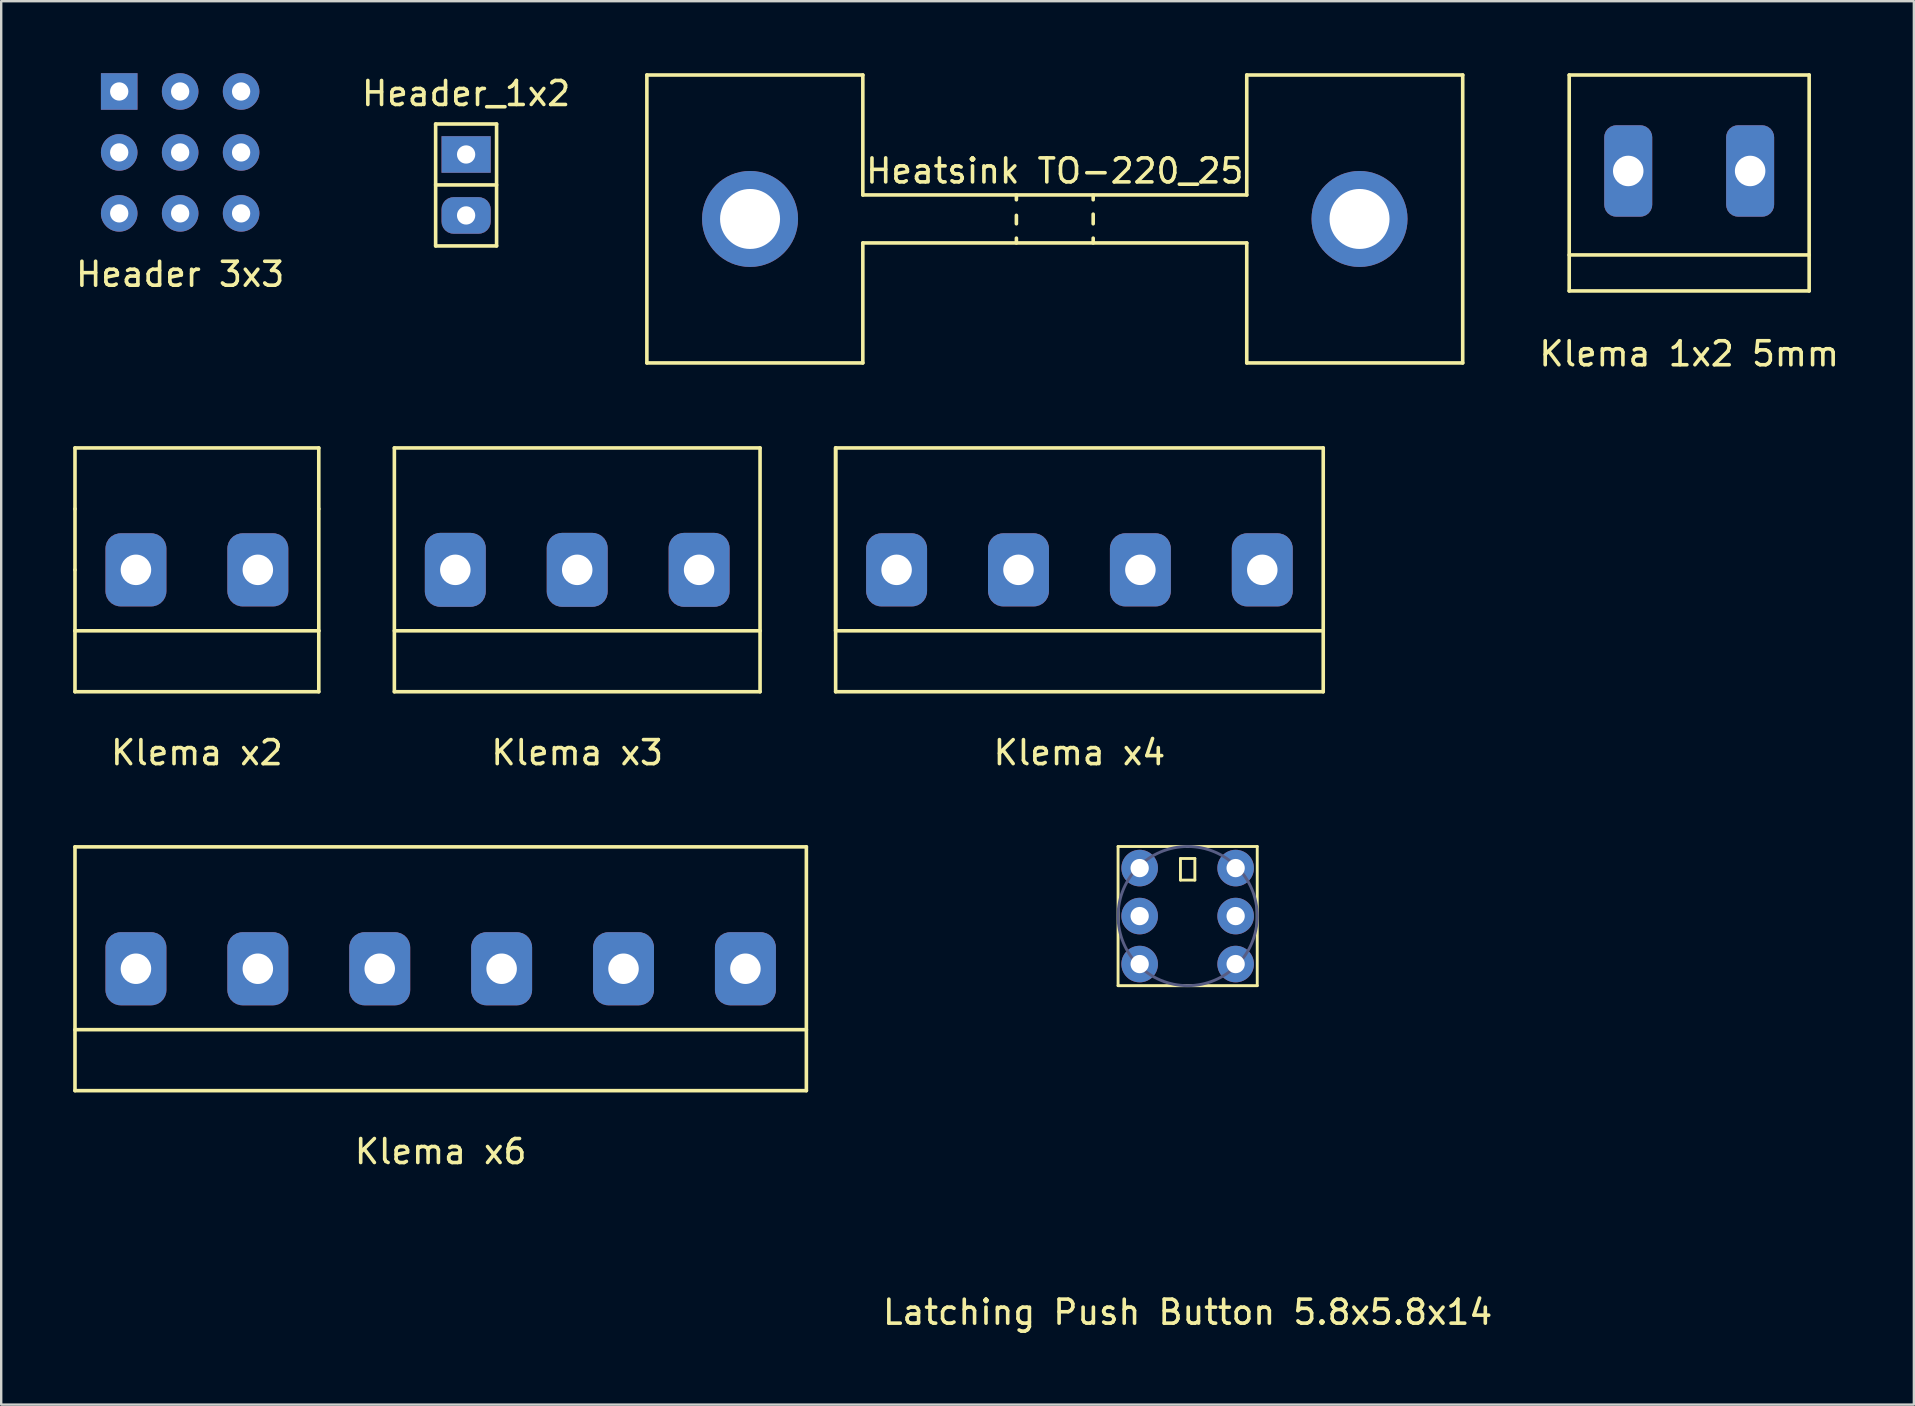
<source format=kicad_pcb>
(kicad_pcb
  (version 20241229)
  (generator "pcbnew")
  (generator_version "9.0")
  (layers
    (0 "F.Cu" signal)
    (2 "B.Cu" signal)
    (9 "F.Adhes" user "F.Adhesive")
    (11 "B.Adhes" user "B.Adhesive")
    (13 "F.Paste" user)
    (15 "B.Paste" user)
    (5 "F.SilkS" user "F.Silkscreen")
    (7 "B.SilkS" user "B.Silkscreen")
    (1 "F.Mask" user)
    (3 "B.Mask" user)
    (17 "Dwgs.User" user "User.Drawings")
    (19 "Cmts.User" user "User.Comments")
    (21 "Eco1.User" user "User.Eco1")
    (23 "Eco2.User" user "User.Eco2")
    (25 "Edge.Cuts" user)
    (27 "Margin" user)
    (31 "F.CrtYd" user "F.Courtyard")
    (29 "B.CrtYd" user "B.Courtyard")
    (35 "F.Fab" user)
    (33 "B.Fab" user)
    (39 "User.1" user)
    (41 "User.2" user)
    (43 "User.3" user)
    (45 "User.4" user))
  (footprint "Klema x2"
    (layer "F.Cu")
    (at 5.155 20.698)
    (property "Reference" "Klema x2" (at 0 7.62 0) (layer "F.SilkS") (effects (font (size 1 1) (thickness 0.15))))
    (attr through_hole)
    (fp_line (start -5.08 -5.08) (end 5.08 -5.08) (stroke (width 0.15) (type solid)) (layer "F.SilkS"))
    (fp_line (start -5.08 -2.54) (end -5.08 -5.08) (stroke (width 0.15) (type solid)) (layer "F.SilkS"))
    (fp_line (start -5.08 0) (end -5.08 -2.54) (stroke (width 0.15) (type solid)) (layer "F.SilkS"))
    (fp_line (start -5.08 2.54) (end -5.08 0) (stroke (width 0.15) (type solid)) (layer "F.SilkS"))
    (fp_line (start -5.08 2.54) (end -5.08 5.08) (stroke (width 0.15) (type solid)) (layer "F.SilkS"))
    (fp_line (start -5.08 2.54) (end 5.08 2.54) (stroke (width 0.15) (type solid)) (layer "F.SilkS"))
    (fp_line (start -5.08 5.08) (end 5.08 5.08) (stroke (width 0.15) (type solid)) (layer "F.SilkS"))
    (fp_line (start 5.08 -5.08) (end 5.08 -2.54) (stroke (width 0.15) (type solid)) (layer "F.SilkS"))
    (fp_line (start 5.08 -2.54) (end 5.08 2.54) (stroke (width 0.15) (type solid)) (layer "F.SilkS"))
    (fp_line (start 5.08 5.08) (end 5.08 2.54) (stroke (width 0.15) (type solid)) (layer "F.SilkS"))
    (pad "1" thru_hole roundrect (at -2.54 0) (size 2.54 3.048) (drill 1.27) (layers "*.Cu" "*.Mask") (roundrect_rratio 0.25))
    (pad "2" thru_hole roundrect (at 2.54 0) (size 2.54 3.048) (drill 1.27) (layers "*.Cu" "*.Mask") (roundrect_rratio 0.25)))
  (footprint "Klema x6"
    (layer "F.Cu")
    (at 15.315 37.322)
    (property "Reference" "Klema x6" (at 0 7.62 0) (layer "F.SilkS") (effects (font (size 1 1) (thickness 0.15))))
    (attr through_hole)
    (fp_line (start -15.24 -5.08) (end 15.24 -5.08) (stroke (width 0.15) (type solid)) (layer "F.SilkS"))
    (fp_line (start -15.24 2.54) (end 15.24 2.54) (stroke (width 0.15) (type solid)) (layer "F.SilkS"))
    (fp_line (start -15.24 5.08) (end -15.24 -5.08) (stroke (width 0.15) (type solid)) (layer "F.SilkS"))
    (fp_line (start 15.24 -5.08) (end 15.24 5.08) (stroke (width 0.15) (type solid)) (layer "F.SilkS"))
    (fp_line (start 15.24 5.08) (end -15.24 5.08) (stroke (width 0.15) (type solid)) (layer "F.SilkS"))
    (pad "1" thru_hole roundrect (at -12.7 0) (size 2.54 3.048) (drill 1.27) (layers "*.Cu" "*.Mask") (roundrect_rratio 0.25))
    (pad "2" thru_hole roundrect (at -7.62 0) (size 2.54 3.048) (drill 1.27) (layers "*.Cu" "*.Mask") (roundrect_rratio 0.25))
    (pad "3" thru_hole roundrect (at -2.54 0) (size 2.54 3.048) (drill 1.27) (layers "*.Cu" "*.Mask") (roundrect_rratio 0.25))
    (pad "4" thru_hole roundrect (at 2.54 0) (size 2.54 3.048) (drill 1.27) (layers "*.Cu" "*.Mask") (roundrect_rratio 0.25))
    (pad "5" thru_hole roundrect (at 7.62 0) (size 2.54 3.048) (drill 1.27) (layers "*.Cu" "*.Mask") (roundrect_rratio 0.25))
    (pad "6" thru_hole roundrect (at 12.7 0) (size 2.54 3.048) (drill 1.27) (layers "*.Cu" "*.Mask") (roundrect_rratio 0.25)))
  (footprint "Klema x4"
    (layer "F.Cu")
    (at 41.935 20.698)
    (property "Reference" "Klema x4" (at 0 7.62 0) (layer "F.SilkS") (effects (font (size 1 1) (thickness 0.15))))
    (attr through_hole)
    (fp_line (start -10.16 -5.08) (end -10.16 2.54) (stroke (width 0.15) (type solid)) (layer "F.SilkS"))
    (fp_line (start -10.16 -5.08) (end 10.16 -5.08) (stroke (width 0.15) (type solid)) (layer "F.SilkS"))
    (fp_line (start -10.16 2.54) (end 10.16 2.54) (stroke (width 0.15) (type solid)) (layer "F.SilkS"))
    (fp_line (start -10.16 5.08) (end -10.16 -5.08) (stroke (width 0.15) (type solid)) (layer "F.SilkS"))
    (fp_line (start 10.16 -5.08) (end 10.16 5.08) (stroke (width 0.15) (type solid)) (layer "F.SilkS"))
    (fp_line (start 10.16 5.08) (end -10.16 5.08) (stroke (width 0.15) (type solid)) (layer "F.SilkS"))
    (pad "1" thru_hole roundrect (at -7.62 0) (size 2.54 3.048) (drill 1.27) (layers "*.Cu" "*.Mask") (roundrect_rratio 0.25))
    (pad "2" thru_hole roundrect (at -2.54 0) (size 2.54 3.048) (drill 1.27) (layers "*.Cu" "*.Mask") (roundrect_rratio 0.25))
    (pad "3" thru_hole roundrect (at 2.54 0) (size 2.54 3.048) (drill 1.27) (layers "*.Cu" "*.Mask") (roundrect_rratio 0.25))
    (pad "4" thru_hole roundrect (at 7.62 0) (size 2.54 3.048) (drill 1.27) (layers "*.Cu" "*.Mask") (roundrect_rratio 0.25)))
  (footprint "Klema x3"
    (layer "F.Cu")
    (at 21.005 20.698)
    (property "Reference" "Klema x3" (at 0 7.62 0) (layer "F.SilkS") (effects (font (size 1 1) (thickness 0.15))))
    (attr through_hole)
    (fp_line (start -7.62 -5.08) (end -7.62 5.08) (stroke (width 0.15) (type solid)) (layer "F.SilkS"))
    (fp_line (start -7.62 2.54) (end 7.62 2.54) (stroke (width 0.15) (type solid)) (layer "F.SilkS"))
    (fp_line (start -7.62 5.08) (end 7.62 5.08) (stroke (width 0.15) (type solid)) (layer "F.SilkS"))
    (fp_line (start 7.62 -5.08) (end -7.62 -5.08) (stroke (width 0.15) (type solid)) (layer "F.SilkS"))
    (fp_line (start 7.62 5.08) (end 7.62 -5.08) (stroke (width 0.15) (type solid)) (layer "F.SilkS"))
    (pad "1" thru_hole roundrect (at -5.08 0) (size 2.54 3.08) (drill 1.27) (layers "*.Cu" "*.Mask") (roundrect_rratio 0.25))
    (pad "2" thru_hole roundrect (at 0 0) (size 2.54 3.08) (drill 1.27) (layers "*.Cu" "*.Mask") (roundrect_rratio 0.25))
    (pad "3" thru_hole roundrect (at 5.08 0) (size 2.54 3.08) (drill 1.27) (layers "*.Cu" "*.Mask") (roundrect_rratio 0.25)))
  (footprint "Header 3x3"
    (layer "F.Cu")
    (at 4.458 3.302)
    (property "Reference" "Header 3x3" (at 0 5.08 0) (layer "F.SilkS") (effects (font (size 1 1) (thickness 0.15))))
    (attr through_hole)
    (pad "1" thru_hole rect (at -2.54 -2.54) (size 1.524 1.524) (drill 0.762) (layers "*.Cu" "*.Mask"))
    (pad "2" thru_hole circle (at -2.54 0) (size 1.524 1.524) (drill 0.762) (layers "*.Cu" "*.Mask"))
    (pad "3" thru_hole circle (at -2.54 2.54) (size 1.524 1.524) (drill 0.762) (layers "*.Cu" "*.Mask"))
    (pad "4" thru_hole circle (at 0 -2.54) (size 1.524 1.524) (drill 0.762) (layers "*.Cu" "*.Mask"))
    (pad "5" thru_hole circle (at 0 0) (size 1.524 1.524) (drill 0.762) (layers "*.Cu" "*.Mask"))
    (pad "6" thru_hole circle (at 0 2.54) (size 1.524 1.524) (drill 0.762) (layers "*.Cu" "*.Mask"))
    (pad "7" thru_hole circle (at 2.54 -2.54) (size 1.524 1.524) (drill 0.762) (layers "*.Cu" "*.Mask"))
    (pad "8" thru_hole circle (at 2.54 0) (size 1.524 1.524) (drill 0.762) (layers "*.Cu" "*.Mask"))
    (pad "9" thru_hole circle (at 2.54 2.54) (size 1.524 1.524) (drill 0.762) (layers "*.Cu" "*.Mask")))
  (footprint "Latching Push Button 5.8x5.8x14"
    (layer "F.Cu")
    (at 46.445 35.127)
    (property "Reference" "Latching Push Button 5.8x5.8x14" (at 0 16.51 0) (layer "F.SilkS") (effects (font (size 1 1) (thickness 0.15))))
    (attr through_hole)
    (fp_line (start -2.9 -2.9) (end 2.9 -2.9) (stroke (width 0.12) (type solid)) (layer "F.SilkS"))
    (fp_line (start -2.9 2.9) (end -2.9 -2.9) (stroke (width 0.12) (type solid)) (layer "F.SilkS"))
    (fp_line (start -0.3 -2.4) (end -0.3 -1.5) (stroke (width 0.12) (type solid)) (layer "F.SilkS"))
    (fp_line (start -0.3 -1.5) (end 0.3 -1.5) (stroke (width 0.12) (type solid)) (layer "F.SilkS"))
    (fp_line (start 0.3 -2.4) (end -0.3 -2.4) (stroke (width 0.12) (type solid)) (layer "F.SilkS"))
    (fp_line (start 0.3 -1.5) (end 0.3 -2.4) (stroke (width 0.12) (type solid)) (layer "F.SilkS"))
    (fp_line (start 2.9 -2.9) (end 2.9 2.9) (stroke (width 0.12) (type solid)) (layer "F.SilkS"))
    (fp_line (start 2.9 2.9) (end -2.9 2.9) (stroke (width 0.12) (type solid)) (layer "F.SilkS"))
    (fp_circle (center 0 0) (end 2.9 0) (stroke (width 0.12) (type solid)) (fill no) (layer "B.Fab"))
    (pad "1" thru_hole circle (at -2 -2) (size 1.524 1.524) (drill 0.762) (layers "*.Cu" "*.Mask"))
    (pad "2" thru_hole circle (at -2 0) (size 1.524 1.524) (drill 0.762) (layers "*.Cu" "*.Mask"))
    (pad "3" thru_hole circle (at -2 2) (size 1.524 1.524) (drill 0.762) (layers "*.Cu" "*.Mask"))
    (pad "4" thru_hole circle (at 2 -2) (size 1.524 1.524) (drill 0.762) (layers "*.Cu" "*.Mask"))
    (pad "5" thru_hole circle (at 2 0) (size 1.524 1.524) (drill 0.762) (layers "*.Cu" "*.Mask"))
    (pad "6" thru_hole circle (at 2 2) (size 1.524 1.524) (drill 0.762) (layers "*.Cu" "*.Mask")))
  (footprint "Klema 1x2 5mm"
    (layer "F.Cu")
    (at 67.346 4.075)
    (property "Reference" "Klema 1x2 5mm" (at 0 7.62 0) (layer "F.SilkS") (effects (font (size 1 1) (thickness 0.15))))
    (attr through_hole)
    (fp_line (start -5 -4) (end 5 -4) (stroke (width 0.15) (type solid)) (layer "F.SilkS"))
    (fp_line (start -5 3.5) (end 5 3.5) (stroke (width 0.15) (type solid)) (layer "F.SilkS"))
    (fp_line (start -5 5) (end -5 -4) (stroke (width 0.15) (type solid)) (layer "F.SilkS"))
    (fp_line (start 5 -4) (end 5 5) (stroke (width 0.15) (type solid)) (layer "F.SilkS"))
    (fp_line (start 5 5) (end -5 5) (stroke (width 0.15) (type solid)) (layer "F.SilkS"))
    (pad "1" thru_hole roundrect (at -2.54 0) (size 2 3.81) (drill 1.27) (layers "*.Cu" "*.Mask") (roundrect_rratio 0.25))
    (pad "2" thru_hole roundrect (at 2.54 0) (size 2 3.81) (drill 1.27) (layers "*.Cu" "*.Mask") (roundrect_rratio 0.25)))
  (footprint "Heatsink TO-220_25"
    (layer "F.Cu")
    (at 40.908 6.075)
    (property "Reference" "Heatsink TO-220_25" (at 0 -2 0) (layer "F.SilkS") (effects (font (size 1 1) (thickness 0.15))))
    (attr through_hole)
    (fp_line (start -17 -6) (end -17 6) (stroke (width 0.15) (type solid)) (layer "F.SilkS"))
    (fp_line (start -17 6) (end -8 6) (stroke (width 0.15) (type solid)) (layer "F.SilkS"))
    (fp_line (start -8 -6) (end -17 -6) (stroke (width 0.15) (type solid)) (layer "F.SilkS"))
    (fp_line (start -8 -1) (end -8 -6) (stroke (width 0.15) (type solid)) (layer "F.SilkS"))
    (fp_line (start -8 -1) (end 8 -1) (stroke (width 0.15) (type solid)) (layer "F.SilkS"))
    (fp_line (start -8 6) (end -8 1) (stroke (width 0.15) (type solid)) (layer "F.SilkS"))
    (fp_line (start -1.6 -1) (end -1.6 -0.8) (stroke (width 0.15) (type solid)) (layer "F.SilkS"))
    (fp_line (start -1.6 0.2) (end -1.6 -0.15) (stroke (width 0.15) (type solid)) (layer "F.SilkS"))
    (fp_line (start -1.6 1) (end -1.6 0.8) (stroke (width 0.15) (type solid)) (layer "F.SilkS"))
    (fp_line (start 1.6 -1) (end 1.6 -0.8) (stroke (width 0.15) (type solid)) (layer "F.SilkS"))
    (fp_line (start 1.6 0.2) (end 1.6 -0.2) (stroke (width 0.15) (type solid)) (layer "F.SilkS"))
    (fp_line (start 1.6 1) (end 1.6 0.8) (stroke (width 0.15) (type solid)) (layer "F.SilkS"))
    (fp_line (start 8 -6) (end 17 -6) (stroke (width 0.15) (type solid)) (layer "F.SilkS"))
    (fp_line (start 8 -1) (end 8 -6) (stroke (width 0.15) (type solid)) (layer "F.SilkS"))
    (fp_line (start 8 1) (end -8 1) (stroke (width 0.15) (type solid)) (layer "F.SilkS"))
    (fp_line (start 8 1) (end 8 6) (stroke (width 0.15) (type solid)) (layer "F.SilkS"))
    (fp_line (start 17 -6) (end 17 6) (stroke (width 0.15) (type solid)) (layer "F.SilkS"))
    (fp_line (start 17 6) (end 8 6) (stroke (width 0.15) (type solid)) (layer "F.SilkS"))
    (pad "1" thru_hole circle (at -12.7 0) (size 4 4) (drill 2.5) (layers "*.Cu" "*.Mask"))
    (pad "1" thru_hole circle (at 12.7 0) (size 4 4) (drill 2.5) (layers "*.Cu" "*.Mask")))
  (footprint "Header_1x2"
    (layer "F.Cu")
    (at 16.375 4.658)
    (property "Reference" "Header_1x2" (at 0 -3.81 0) (layer "F.SilkS") (effects (font (size 1 1) (thickness 0.15))))
    (attr through_hole)
    (fp_line (start -1.27 -2.54) (end 1.27 -2.54) (stroke (width 0.15) (type solid)) (layer "F.SilkS"))
    (fp_line (start -1.27 0) (end 1.27 0) (stroke (width 0.15) (type solid)) (layer "F.SilkS"))
    (fp_line (start -1.27 2.54) (end -1.27 -2.54) (stroke (width 0.15) (type solid)) (layer "F.SilkS"))
    (fp_line (start 1.27 -2.54) (end 1.27 2.54) (stroke (width 0.15) (type solid)) (layer "F.SilkS"))
    (fp_line (start 1.27 2.54) (end -1.27 2.54) (stroke (width 0.15) (type solid)) (layer "F.SilkS"))
    (pad "1" thru_hole rect (at 0 -1.27) (size 2.048 1.524) (drill 0.762) (layers "*.Cu" "*.Mask"))
    (pad "2" thru_hole roundrect (at 0 1.27) (size 2.048 1.524) (drill 0.762) (layers "*.Cu" "*.Mask") (roundrect_rratio 0.33)))
  (gr_rect
    (start -3 -3)
    (end 76.71 55.485)
    (stroke (width 0.1) (type default))
    (fill no)
    (layer "Edge.Cuts")))
</source>
